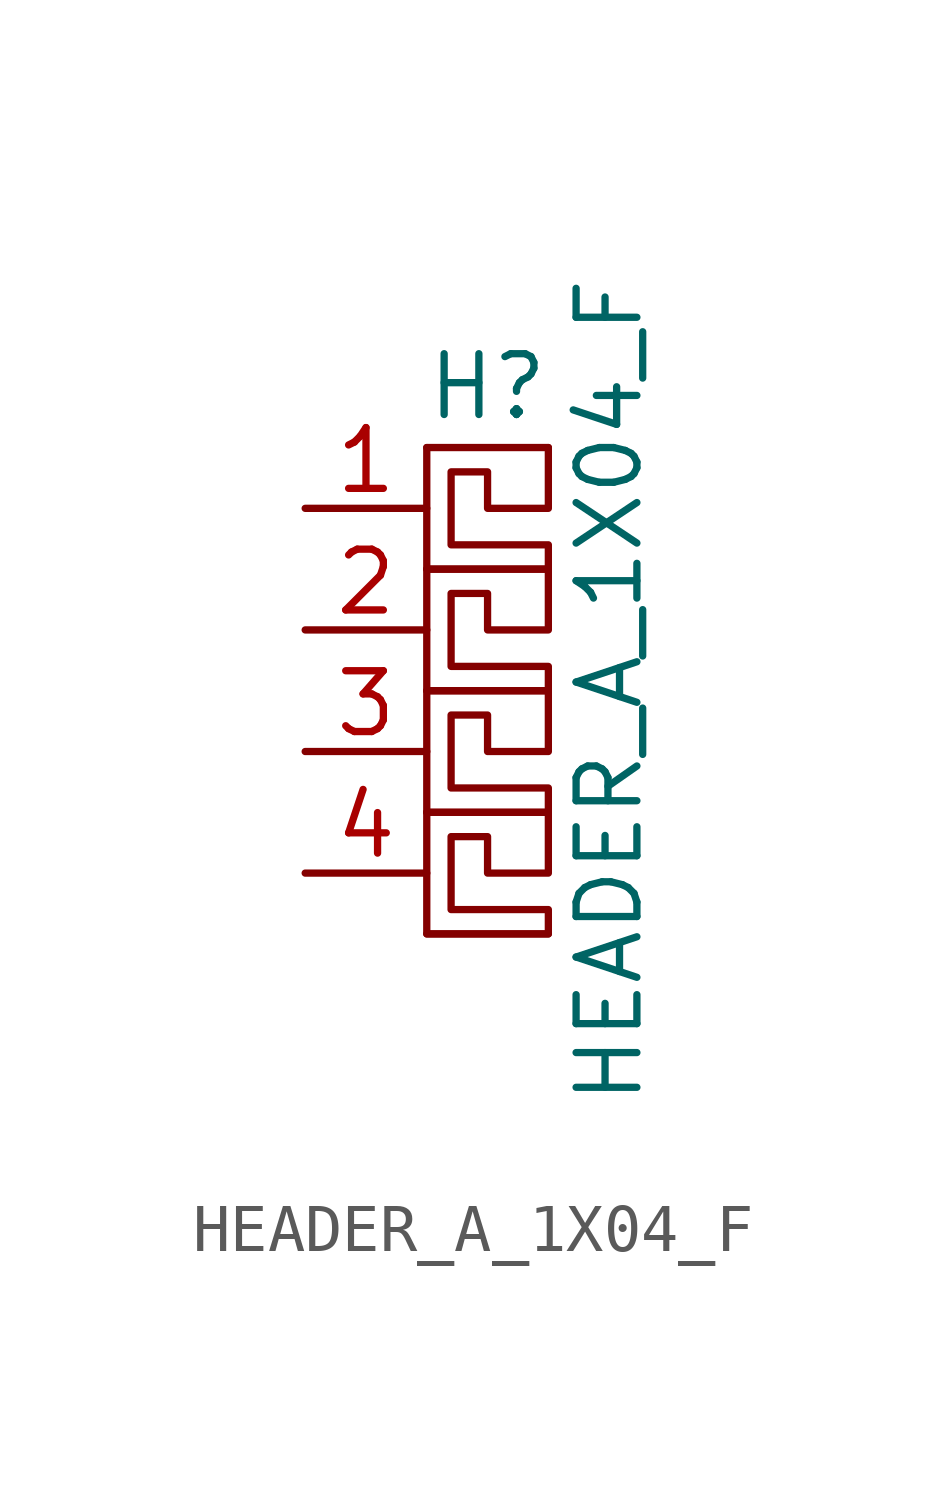
<source format=kicad_sym>
(kicad_symbol_lib
  (version 20220914)
  (generator kicad_symbol_editor)
  (symbol "HEADER_A_1X04_F"
    (pin_names
      (offset 1.016) hide)
    (property "Reference" "H"
      (at 1.27 7.62 0)
      (effects (font (size 1.27 1.27))))
    (property "Value" "HEADER_A_1X04_F"
      (at 3.81 1.27 90)
      (effects (font (size 1.27 1.27))))
    (symbol "HEADER_A_1X04_F_0_1"
      (polyline (pts (xy 0 -3.81) (xy 2.54 -3.81)) (stroke (width 0) (type solid)) (fill (type none)))
      (polyline (pts (xy 0 1.27) (xy 2.54 1.27)) (stroke (width 0) (type solid)) (fill (type none)))
      (polyline (pts (xy 0 3.81) (xy 2.54 3.81)) (stroke (width 0) (type solid)) (fill (type none)))
      (polyline (pts (xy 0 6.35) (xy 2.54 6.35)) (stroke (width 0) (type solid)) (fill (type none)))
      (polyline (pts (xy 2.54 1.27) (xy 2.54 0) (xy 1.27 0) (xy 1.27 0.762) (xy 0.508 0.762) (xy 0.508 -0.762) (xy 2.54 -0.762) (xy 2.54 -1.27) (xy 0 -1.27) (xy 0 1.27)) (stroke (width 0) (type solid)) (fill (type none)))
      (polyline (pts (xy 2.54 3.81) (xy 2.54 2.54) (xy 1.27 2.54) (xy 1.27 3.302) (xy 0.508 3.302) (xy 0.508 1.778) (xy 2.54 1.778) (xy 2.54 1.27) (xy 0 1.27) (xy 0 3.81)) (stroke (width 0) (type solid)) (fill (type none)))
      (polyline (pts (xy 2.54 6.35) (xy 2.54 5.08) (xy 1.27 5.08) (xy 1.27 5.842) (xy 0.508 5.842) (xy 0.508 4.318) (xy 2.54 4.318) (xy 2.54 3.81) (xy 0 3.81) (xy 0 6.35)) (stroke (width 0) (type solid)) (fill (type none))))
    (symbol "HEADER_A_1X04_F_1_1"
      (polyline (pts (xy 0 -1.27) (xy 2.54 -1.27)) (stroke (width 0) (type solid)) (fill (type none)))
      (polyline (pts (xy 2.54 -1.27) (xy 2.54 -2.54) (xy 1.27 -2.54) (xy 1.27 -1.778) (xy 0.508 -1.778) (xy 0.508 -3.302) (xy 2.54 -3.302) (xy 2.54 -3.81) (xy 0 -3.81) (xy 0 -1.27)) (stroke (width 0) (type solid)) (fill (type none)))
      (pin passive line (at -2.54 5.08 0) (length 2.54) (name "~" (effects (font (size 1.27 1.27)))) (number "1" (effects (font (size 1.27 1.27)))))
      (pin passive line (at -2.54 2.54 0) (length 2.54) (name "~" (effects (font (size 1.27 1.27)))) (number "2" (effects (font (size 1.27 1.27)))))
      (pin passive line (at -2.54 0 0) (length 2.54) (name "~" (effects (font (size 1.27 1.27)))) (number "3" (effects (font (size 1.27 1.27)))))
      (pin passive line (at -2.54 -2.54 0) (length 2.54) (name "~" (effects (font (size 1.27 1.27)))) (number "4" (effects (font (size 1.27 1.27))))))))
</source>
